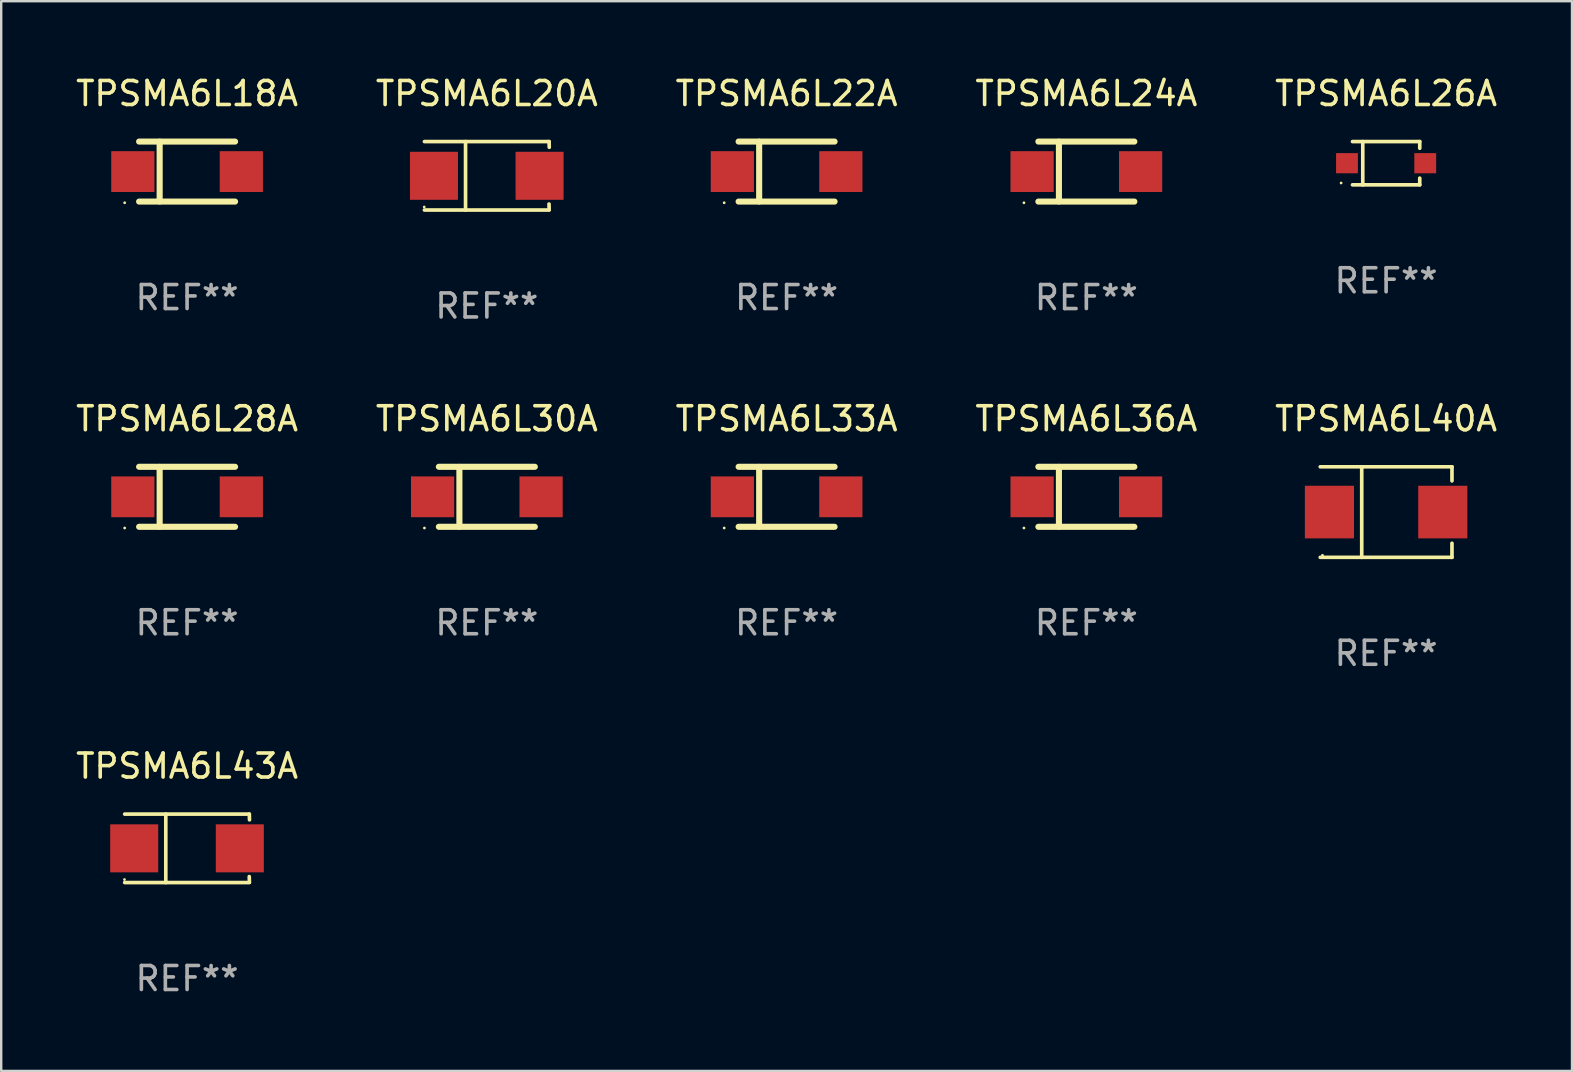
<source format=kicad_pcb>
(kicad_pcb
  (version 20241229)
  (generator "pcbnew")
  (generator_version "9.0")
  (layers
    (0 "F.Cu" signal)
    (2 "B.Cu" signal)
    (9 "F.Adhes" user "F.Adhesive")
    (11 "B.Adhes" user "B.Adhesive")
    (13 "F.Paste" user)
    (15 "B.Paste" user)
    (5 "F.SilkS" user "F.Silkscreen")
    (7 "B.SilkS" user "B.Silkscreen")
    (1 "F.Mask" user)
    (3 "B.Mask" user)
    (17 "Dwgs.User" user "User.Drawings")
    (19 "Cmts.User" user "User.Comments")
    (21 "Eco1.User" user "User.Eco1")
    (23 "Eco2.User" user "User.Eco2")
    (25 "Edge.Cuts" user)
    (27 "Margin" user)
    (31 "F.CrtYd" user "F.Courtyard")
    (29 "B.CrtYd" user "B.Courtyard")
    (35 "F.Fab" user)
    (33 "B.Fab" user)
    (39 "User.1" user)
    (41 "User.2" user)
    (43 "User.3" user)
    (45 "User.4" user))
  (footprint "TPSMA6L22A"
    (layer "F.Cu")
    (at 29.72 4.098)
    (property "Reference" "TPSMA6L22A" (at 0 -3.25 0) (layer "F.SilkS") (effects (font (size 1 1) (thickness 0.15))))
    (attr through_hole)
    (fp_line (start -1.999 -1.25) (end 1.999 -1.25) (stroke (width 0.254) (type solid)) (layer "F.SilkS"))
    (fp_line (start -1.143 -1.245) (end -1.143 1.245) (stroke (width 0.254) (type solid)) (layer "F.SilkS"))
    (fp_line (start 1.999 1.25) (end -1.999 1.25) (stroke (width 0.254) (type solid)) (layer "F.SilkS"))
    (fp_circle (center -2.6 1.3) (end -2.57 1.3) (stroke (width 0.06) (type solid)) (fill no) (layer "F.SilkS"))
    (fp_text user "REF**" (at 0 5.25 0) (layer "F.Fab") (effects (font (size 1 1) (thickness 0.15))))
    (pad "1" smd rect (at -2.26 0) (size 1.8 1.7) (layers "F.Cu" "F.Mask" "F.Paste"))
    (pad "2" smd rect (at 2.26 0) (size 1.8 1.7) (layers "F.Cu" "F.Mask" "F.Paste")))
  (footprint "TPSMA6L28A"
    (layer "F.Cu")
    (at 4.744 17.647)
    (property "Reference" "TPSMA6L28A" (at 0 -3.25 0) (layer "F.SilkS") (effects (font (size 1 1) (thickness 0.15))))
    (attr through_hole)
    (fp_line (start -1.999 -1.25) (end 1.999 -1.25) (stroke (width 0.254) (type solid)) (layer "F.SilkS"))
    (fp_line (start -1.143 -1.245) (end -1.143 1.245) (stroke (width 0.254) (type solid)) (layer "F.SilkS"))
    (fp_line (start 1.999 1.25) (end -1.999 1.25) (stroke (width 0.254) (type solid)) (layer "F.SilkS"))
    (fp_circle (center -2.6 1.3) (end -2.57 1.3) (stroke (width 0.06) (type solid)) (fill no) (layer "F.SilkS"))
    (fp_text user "REF**" (at 0 5.25 0) (layer "F.Fab") (effects (font (size 1 1) (thickness 0.15))))
    (pad "1" smd rect (at -2.26 0) (size 1.8 1.7) (layers "F.Cu" "F.Mask" "F.Paste"))
    (pad "2" smd rect (at 2.26 0) (size 1.8 1.7) (layers "F.Cu" "F.Mask" "F.Paste")))
  (footprint "TPSMA6L43A"
    (layer "F.Cu")
    (at 4.744 32.292)
    (property "Reference" "TPSMA6L43A" (at 0 -3.426 0) (layer "F.SilkS") (effects (font (size 1 1) (thickness 0.15))))
    (attr through_hole)
    (fp_line (start -2.6 -1.426) (end 2.593 -1.426) (stroke (width 0.152) (type solid)) (layer "F.SilkS"))
    (fp_line (start -2.6 1.426) (end 2.593 1.426) (stroke (width 0.152) (type solid)) (layer "F.SilkS"))
    (fp_line (start -0.887 -1.426) (end -0.887 1.426) (stroke (width 0.152) (type solid)) (layer "F.SilkS"))
    (fp_line (start 2.59 1.176) (end 2.597 1.415) (stroke (width 0.152) (type solid)) (layer "F.SilkS"))
    (fp_line (start 2.593 -1.426) (end 2.6 -1.187) (stroke (width 0.152) (type solid)) (layer "F.SilkS"))
    (fp_circle (center -2.608 1.3) (end -2.578 1.3) (stroke (width 0.06) (type solid)) (fill no) (layer "F.SilkS"))
    (fp_text user "REF**" (at 0 5.426 0) (layer "F.Fab") (effects (font (size 1 1) (thickness 0.15))))
    (pad "1" smd rect (at -2.203 0 180) (size 2 2) (layers "F.Cu" "F.Mask" "F.Paste"))
    (pad "2" smd rect (at 2.197 0 180) (size 2 2) (layers "F.Cu" "F.Mask" "F.Paste")))
  (footprint "TPSMA6L30A"
    (layer "F.Cu")
    (at 17.232 17.647)
    (property "Reference" "TPSMA6L30A" (at 0 -3.25 0) (layer "F.SilkS") (effects (font (size 1 1) (thickness 0.15))))
    (attr through_hole)
    (fp_line (start -1.999 -1.25) (end 1.999 -1.25) (stroke (width 0.254) (type solid)) (layer "F.SilkS"))
    (fp_line (start -1.143 -1.245) (end -1.143 1.245) (stroke (width 0.254) (type solid)) (layer "F.SilkS"))
    (fp_line (start 1.999 1.25) (end -1.999 1.25) (stroke (width 0.254) (type solid)) (layer "F.SilkS"))
    (fp_circle (center -2.6 1.3) (end -2.57 1.3) (stroke (width 0.06) (type solid)) (fill no) (layer "F.SilkS"))
    (fp_text user "REF**" (at 0 5.25 0) (layer "F.Fab") (effects (font (size 1 1) (thickness 0.15))))
    (pad "1" smd rect (at -2.26 0) (size 1.8 1.7) (layers "F.Cu" "F.Mask" "F.Paste"))
    (pad "2" smd rect (at 2.26 0) (size 1.8 1.7) (layers "F.Cu" "F.Mask" "F.Paste")))
  (footprint "TPSMA6L26A"
    (layer "F.Cu")
    (at 54.696 3.749)
    (property "Reference" "TPSMA6L26A" (at 0 -2.901 0) (layer "F.SilkS") (effects (font (size 1 1) (thickness 0.15))))
    (attr through_hole)
    (fp_line (start -1.401 -0.901) (end 1.401 -0.901) (stroke (width 0.152) (type solid)) (layer "F.SilkS"))
    (fp_line (start -1.401 0.901) (end 1.401 0.901) (stroke (width 0.152) (type solid)) (layer "F.SilkS"))
    (fp_line (start -0.972 -0.901) (end -0.972 0.901) (stroke (width 0.152) (type solid)) (layer "F.SilkS"))
    (fp_line (start 1.401 -0.901) (end 1.401 -0.623) (stroke (width 0.152) (type solid)) (layer "F.SilkS"))
    (fp_line (start 1.401 0.901) (end 1.401 0.623) (stroke (width 0.152) (type solid)) (layer "F.SilkS"))
    (fp_circle (center -1.875 0.825) (end -1.845 0.825) (stroke (width 0.06) (type solid)) (fill no) (layer "F.SilkS"))
    (fp_text user "REF**" (at 0 4.901 0) (layer "F.Fab") (effects (font (size 1 1) (thickness 0.15))))
    (pad "1" smd rect (at -1.63 0 180) (size 0.91 0.84) (layers "F.Cu" "F.Mask" "F.Paste"))
    (pad "2" smd rect (at 1.63 0 180) (size 0.91 0.84) (layers "F.Cu" "F.Mask" "F.Paste")))
  (footprint "TPSMA6L18A"
    (layer "F.Cu")
    (at 4.744 4.098)
    (property "Reference" "TPSMA6L18A" (at 0 -3.25 0) (layer "F.SilkS") (effects (font (size 1 1) (thickness 0.15))))
    (attr through_hole)
    (fp_line (start -1.999 -1.25) (end 1.999 -1.25) (stroke (width 0.254) (type solid)) (layer "F.SilkS"))
    (fp_line (start -1.143 -1.245) (end -1.143 1.245) (stroke (width 0.254) (type solid)) (layer "F.SilkS"))
    (fp_line (start 1.999 1.25) (end -1.999 1.25) (stroke (width 0.254) (type solid)) (layer "F.SilkS"))
    (fp_circle (center -2.6 1.3) (end -2.57 1.3) (stroke (width 0.06) (type solid)) (fill no) (layer "F.SilkS"))
    (fp_text user "REF**" (at 0 5.25 0) (layer "F.Fab") (effects (font (size 1 1) (thickness 0.15))))
    (pad "1" smd rect (at -2.26 0) (size 1.8 1.7) (layers "F.Cu" "F.Mask" "F.Paste"))
    (pad "2" smd rect (at 2.26 0) (size 1.8 1.7) (layers "F.Cu" "F.Mask" "F.Paste")))
  (footprint "TPSMA6L40A"
    (layer "F.Cu")
    (at 54.696 18.283)
    (property "Reference" "TPSMA6L40A" (at 0 -3.886 0) (layer "F.SilkS") (effects (font (size 1 1) (thickness 0.15))))
    (attr through_hole)
    (fp_line (start -2.744 -1.886) (end 2.744 -1.886) (stroke (width 0.152) (type solid)) (layer "F.SilkS"))
    (fp_line (start -2.744 1.886) (end 2.744 1.886) (stroke (width 0.152) (type solid)) (layer "F.SilkS"))
    (fp_line (start -1.016 -1.886) (end -1.016 1.886) (stroke (width 0.152) (type solid)) (layer "F.SilkS"))
    (fp_line (start 2.744 -1.886) (end 2.744 -1.299) (stroke (width 0.152) (type solid)) (layer "F.SilkS"))
    (fp_line (start 2.744 1.886) (end 2.744 1.299) (stroke (width 0.152) (type solid)) (layer "F.SilkS"))
    (fp_circle (center -2.65 1.8) (end -2.62 1.8) (stroke (width 0.06) (type solid)) (fill no) (layer "F.SilkS"))
    (fp_text user "REF**" (at 0 5.886 0) (layer "F.Fab") (effects (font (size 1 1) (thickness 0.15))))
    (pad "1" smd rect (at -2.361 0) (size 2.047 2.192) (layers "F.Cu" "F.Mask" "F.Paste"))
    (pad "2" smd rect (at 2.361 0) (size 2.047 2.192) (layers "F.Cu" "F.Mask" "F.Paste")))
  (footprint "TPSMA6L33A"
    (layer "F.Cu")
    (at 29.72 17.647)
    (property "Reference" "TPSMA6L33A" (at 0 -3.25 0) (layer "F.SilkS") (effects (font (size 1 1) (thickness 0.15))))
    (attr through_hole)
    (fp_line (start -1.999 -1.25) (end 1.999 -1.25) (stroke (width 0.254) (type solid)) (layer "F.SilkS"))
    (fp_line (start -1.143 -1.245) (end -1.143 1.245) (stroke (width 0.254) (type solid)) (layer "F.SilkS"))
    (fp_line (start 1.999 1.25) (end -1.999 1.25) (stroke (width 0.254) (type solid)) (layer "F.SilkS"))
    (fp_circle (center -2.6 1.3) (end -2.57 1.3) (stroke (width 0.06) (type solid)) (fill no) (layer "F.SilkS"))
    (fp_text user "REF**" (at 0 5.25 0) (layer "F.Fab") (effects (font (size 1 1) (thickness 0.15))))
    (pad "1" smd rect (at -2.26 0) (size 1.8 1.7) (layers "F.Cu" "F.Mask" "F.Paste"))
    (pad "2" smd rect (at 2.26 0) (size 1.8 1.7) (layers "F.Cu" "F.Mask" "F.Paste")))
  (footprint "TPSMA6L24A"
    (layer "F.Cu")
    (at 42.208 4.098)
    (property "Reference" "TPSMA6L24A" (at 0 -3.25 0) (layer "F.SilkS") (effects (font (size 1 1) (thickness 0.15))))
    (attr through_hole)
    (fp_line (start -1.999 -1.25) (end 1.999 -1.25) (stroke (width 0.254) (type solid)) (layer "F.SilkS"))
    (fp_line (start -1.143 -1.245) (end -1.143 1.245) (stroke (width 0.254) (type solid)) (layer "F.SilkS"))
    (fp_line (start 1.999 1.25) (end -1.999 1.25) (stroke (width 0.254) (type solid)) (layer "F.SilkS"))
    (fp_circle (center -2.6 1.3) (end -2.57 1.3) (stroke (width 0.06) (type solid)) (fill no) (layer "F.SilkS"))
    (fp_text user "REF**" (at 0 5.25 0) (layer "F.Fab") (effects (font (size 1 1) (thickness 0.15))))
    (pad "1" smd rect (at -2.26 0) (size 1.8 1.7) (layers "F.Cu" "F.Mask" "F.Paste"))
    (pad "2" smd rect (at 2.26 0) (size 1.8 1.7) (layers "F.Cu" "F.Mask" "F.Paste")))
  (footprint "TPSMA6L20A"
    (layer "F.Cu")
    (at 17.232 4.274)
    (property "Reference" "TPSMA6L20A" (at 0 -3.426 0) (layer "F.SilkS") (effects (font (size 1 1) (thickness 0.15))))
    (attr through_hole)
    (fp_line (start -2.6 -1.426) (end 2.593 -1.426) (stroke (width 0.152) (type solid)) (layer "F.SilkS"))
    (fp_line (start -2.6 1.426) (end 2.593 1.426) (stroke (width 0.152) (type solid)) (layer "F.SilkS"))
    (fp_line (start -0.887 -1.426) (end -0.887 1.426) (stroke (width 0.152) (type solid)) (layer "F.SilkS"))
    (fp_line (start 2.59 1.176) (end 2.597 1.415) (stroke (width 0.152) (type solid)) (layer "F.SilkS"))
    (fp_line (start 2.593 -1.426) (end 2.6 -1.187) (stroke (width 0.152) (type solid)) (layer "F.SilkS"))
    (fp_circle (center -2.608 1.3) (end -2.578 1.3) (stroke (width 0.06) (type solid)) (fill no) (layer "F.SilkS"))
    (fp_text user "REF**" (at 0 5.426 0) (layer "F.Fab") (effects (font (size 1 1) (thickness 0.15))))
    (pad "1" smd rect (at -2.203 0 180) (size 2 2) (layers "F.Cu" "F.Mask" "F.Paste"))
    (pad "2" smd rect (at 2.197 0 180) (size 2 2) (layers "F.Cu" "F.Mask" "F.Paste")))
  (footprint "TPSMA6L36A"
    (layer "F.Cu")
    (at 42.208 17.647)
    (property "Reference" "TPSMA6L36A" (at 0 -3.25 0) (layer "F.SilkS") (effects (font (size 1 1) (thickness 0.15))))
    (attr through_hole)
    (fp_line (start -1.999 -1.25) (end 1.999 -1.25) (stroke (width 0.254) (type solid)) (layer "F.SilkS"))
    (fp_line (start -1.143 -1.245) (end -1.143 1.245) (stroke (width 0.254) (type solid)) (layer "F.SilkS"))
    (fp_line (start 1.999 1.25) (end -1.999 1.25) (stroke (width 0.254) (type solid)) (layer "F.SilkS"))
    (fp_circle (center -2.6 1.3) (end -2.57 1.3) (stroke (width 0.06) (type solid)) (fill no) (layer "F.SilkS"))
    (fp_text user "REF**" (at 0 5.25 0) (layer "F.Fab") (effects (font (size 1 1) (thickness 0.15))))
    (pad "1" smd rect (at -2.26 0) (size 1.8 1.7) (layers "F.Cu" "F.Mask" "F.Paste"))
    (pad "2" smd rect (at 2.26 0) (size 1.8 1.7) (layers "F.Cu" "F.Mask" "F.Paste")))
  (gr_rect
    (start -3 -3)
    (end 62.44 41.567)
    (stroke (width 0.1) (type default))
    (fill no)
    (layer "Edge.Cuts")))
</source>
